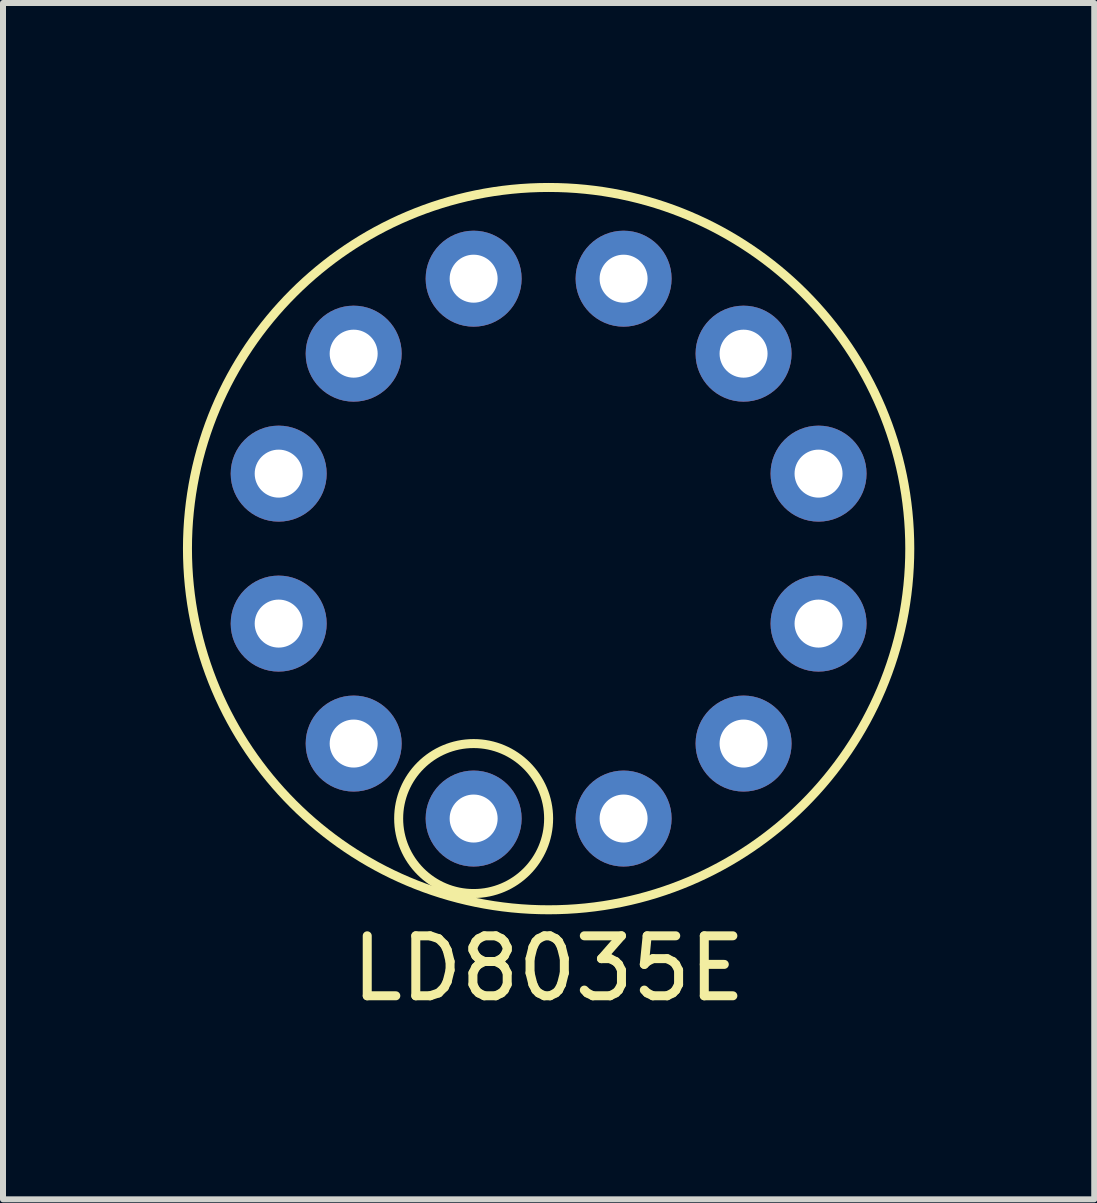
<source format=kicad_pcb>
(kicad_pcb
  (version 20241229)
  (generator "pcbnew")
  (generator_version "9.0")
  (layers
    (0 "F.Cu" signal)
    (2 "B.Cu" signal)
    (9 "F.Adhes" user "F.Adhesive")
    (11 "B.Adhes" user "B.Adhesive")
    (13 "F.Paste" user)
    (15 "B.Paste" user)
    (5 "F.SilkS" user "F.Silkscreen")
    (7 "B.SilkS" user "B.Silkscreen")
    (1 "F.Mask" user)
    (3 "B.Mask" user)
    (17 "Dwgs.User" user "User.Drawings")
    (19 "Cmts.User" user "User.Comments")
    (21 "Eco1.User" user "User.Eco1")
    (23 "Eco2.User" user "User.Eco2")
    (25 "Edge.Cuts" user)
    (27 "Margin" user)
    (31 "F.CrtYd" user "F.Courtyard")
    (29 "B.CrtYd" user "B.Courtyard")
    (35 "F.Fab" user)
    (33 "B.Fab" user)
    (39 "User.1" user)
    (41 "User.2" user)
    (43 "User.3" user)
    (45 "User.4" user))
  (footprint "LD8035E"
    (layer "F.Cu")
    (at 6.096 6.096)
    (property "Reference" "LD8035E" (at 0 7 0) (layer "F.SilkS") (effects (font (size 1 1) (thickness 0.15))))
    (attr through_hole)
    (fp_circle (center -1.25 4.5) (end -1.25 5.75) (stroke (width 0.15) (type solid)) (fill no) (layer "F.SilkS"))
    (fp_circle (center 0 0) (end 6 0.5) (stroke (width 0.15) (type solid)) (fill no) (layer "F.SilkS"))
    (pad "1" thru_hole circle (at 1.25 4.5) (size 1.6 1.6) (drill 0.8) (layers "*.Cu" "*.Mask"))
    (pad "2" thru_hole circle (at 3.25 3.25) (size 1.6 1.6) (drill 0.8) (layers "*.Cu" "*.Mask"))
    (pad "3" thru_hole circle (at 4.5 1.25) (size 1.6 1.6) (drill 0.8) (layers "*.Cu" "*.Mask"))
    (pad "4" thru_hole circle (at 4.5 -1.25) (size 1.6 1.6) (drill 0.8) (layers "*.Cu" "*.Mask"))
    (pad "5" thru_hole circle (at 3.25 -3.25) (size 1.6 1.6) (drill 0.8) (layers "*.Cu" "*.Mask"))
    (pad "6" thru_hole circle (at 1.25 -4.5) (size 1.6 1.6) (drill 0.8) (layers "*.Cu" "*.Mask"))
    (pad "7" thru_hole circle (at -1.25 -4.5) (size 1.6 1.6) (drill 0.8) (layers "*.Cu" "*.Mask"))
    (pad "8" thru_hole circle (at -3.25 -3.25) (size 1.6 1.6) (drill 0.8) (layers "*.Cu" "*.Mask"))
    (pad "9" thru_hole circle (at -4.5 -1.25) (size 1.6 1.6) (drill 0.8) (layers "*.Cu" "*.Mask"))
    (pad "10" thru_hole circle (at -4.5 1.25) (size 1.6 1.6) (drill 0.8) (layers "*.Cu" "*.Mask"))
    (pad "11" thru_hole circle (at -3.25 3.25) (size 1.6 1.6) (drill 0.8) (layers "*.Cu" "*.Mask"))
    (pad "12" thru_hole circle (at -1.25 4.5) (size 1.6 1.6) (drill 0.8) (layers "*.Cu" "*.Mask")))
  (gr_rect
    (start -3 -3)
    (end 15.192 16.944)
    (stroke (width 0.1) (type default))
    (fill no)
    (layer "Edge.Cuts")))
</source>
